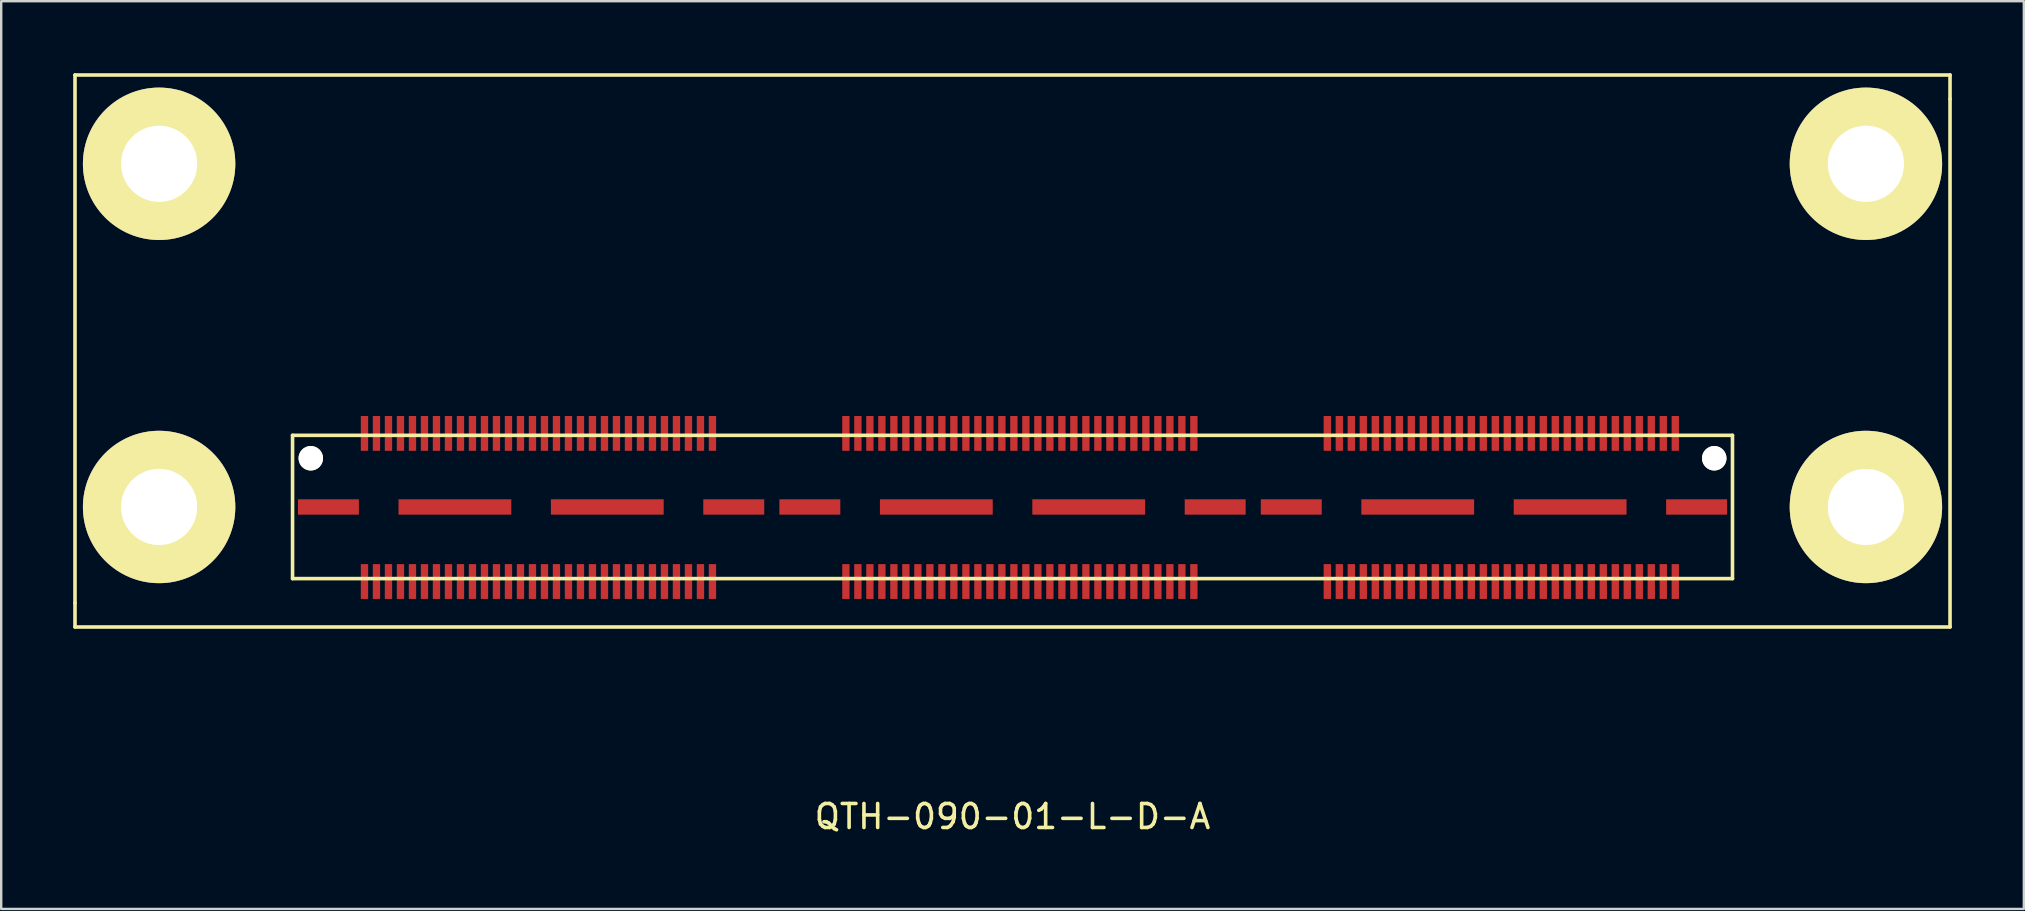
<source format=kicad_pcb>
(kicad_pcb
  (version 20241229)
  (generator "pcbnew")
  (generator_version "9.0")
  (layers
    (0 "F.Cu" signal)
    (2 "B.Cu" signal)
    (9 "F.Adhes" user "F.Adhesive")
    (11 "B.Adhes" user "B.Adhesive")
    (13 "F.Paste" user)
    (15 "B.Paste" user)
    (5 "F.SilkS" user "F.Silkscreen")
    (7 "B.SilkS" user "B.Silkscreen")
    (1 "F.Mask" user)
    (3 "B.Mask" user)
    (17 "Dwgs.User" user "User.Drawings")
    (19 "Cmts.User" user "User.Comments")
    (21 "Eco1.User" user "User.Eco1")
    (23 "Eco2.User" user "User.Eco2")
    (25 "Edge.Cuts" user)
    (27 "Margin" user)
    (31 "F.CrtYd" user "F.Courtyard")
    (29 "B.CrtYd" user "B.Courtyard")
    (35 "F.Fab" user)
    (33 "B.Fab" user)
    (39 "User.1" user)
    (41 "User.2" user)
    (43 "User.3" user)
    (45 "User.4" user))
  (footprint "QTH-090-01-L-D-A"
    (layer "F.Cu")
    (at 39.14 18.075)
    (property "Reference" "QTH-090-01-L-D-A" (at 0 12.9 0) (layer "F.SilkS") (effects (font (size 1 1) (thickness 0.15))))
    (attr through_hole)
    (fp_line (start -39.065 -18) (end -39.065 4) (stroke (width 0.15) (type solid)) (layer "F.SilkS"))
    (fp_line (start -39.065 4) (end -39.065 5) (stroke (width 0.15) (type solid)) (layer "F.SilkS"))
    (fp_line (start -39.065 5) (end 39.065 5) (stroke (width 0.15) (type solid)) (layer "F.SilkS"))
    (fp_line (start -30 -2.985) (end -30 2.985) (stroke (width 0.15) (type solid)) (layer "F.SilkS"))
    (fp_line (start -30 2.985) (end 30 2.985) (stroke (width 0.15) (type solid)) (layer "F.SilkS"))
    (fp_line (start 30 -2.985) (end -30 -2.985) (stroke (width 0.15) (type solid)) (layer "F.SilkS"))
    (fp_line (start 30 2.985) (end 30 -2.985) (stroke (width 0.15) (type solid)) (layer "F.SilkS"))
    (fp_line (start 39.065 -18) (end -39.065 -18) (stroke (width 0.15) (type solid)) (layer "F.SilkS"))
    (fp_line (start 39.065 -17) (end 39.065 -18) (stroke (width 0.15) (type solid)) (layer "F.SilkS"))
    (fp_line (start 39.065 5) (end 39.065 -17) (stroke (width 0.15) (type solid)) (layer "F.SilkS"))
    (pad "" thru_hole circle (at -35.56 -14.3) (size 6.35 6.35) (drill 3.175) (layers "*.Cu" "*.Mask" "F.SilkS"))
    (pad "" thru_hole circle (at -35.56 0) (size 6.35 6.35) (drill 3.175) (layers "*.Cu" "*.Mask" "F.SilkS"))
    (pad "" np_thru_hole circle (at -29.24 -2.03) (size 1.02 1.02) (drill 1.02) (layers "*.Cu" "*.Mask" "F.SilkS"))
    (pad "" np_thru_hole circle (at 29.24 -2.03) (size 1.02 1.02) (drill 1.02) (layers "*.Cu" "*.Mask" "F.SilkS"))
    (pad "" thru_hole circle (at 35.56 -14.3) (size 6.35 6.35) (drill 3.175) (layers "*.Cu" "*.Mask" "F.SilkS"))
    (pad "" thru_hole circle (at 35.56 0) (size 6.35 6.35) (drill 3.175) (layers "*.Cu" "*.Mask" "F.SilkS"))
    (pad "1" smd rect (at -27.003 -3.066) (size 0.305 1.45) (layers "F.Cu" "F.Mask" "F.Paste"))
    (pad "2" smd rect (at -27.003 3.106) (size 0.305 1.45) (layers "F.Cu" "F.Mask" "F.Paste"))
    (pad "3" smd rect (at -26.503 -3.066) (size 0.305 1.45) (layers "F.Cu" "F.Mask" "F.Paste"))
    (pad "4" smd rect (at -26.503 3.106) (size 0.305 1.45) (layers "F.Cu" "F.Mask" "F.Paste"))
    (pad "5" smd rect (at -25.503 -3.066) (size 0.305 1.45) (layers "F.Cu" "F.Mask" "F.Paste"))
    (pad "6" smd rect (at -25.503 3.106) (size 0.305 1.45) (layers "F.Cu" "F.Mask" "F.Paste"))
    (pad "7" smd rect (at -25.003 -3.066) (size 0.305 1.45) (layers "F.Cu" "F.Mask" "F.Paste"))
    (pad "8" smd rect (at -25.003 3.106) (size 0.305 1.45) (layers "F.Cu" "F.Mask" "F.Paste"))
    (pad "9" smd rect (at -24.003 -3.066) (size 0.305 1.45) (layers "F.Cu" "F.Mask" "F.Paste"))
    (pad "10" smd rect (at -24.003 3.106) (size 0.305 1.45) (layers "F.Cu" "F.Mask" "F.Paste"))
    (pad "11" smd rect (at -23.503 -3.066) (size 0.305 1.45) (layers "F.Cu" "F.Mask" "F.Paste"))
    (pad "12" smd rect (at -23.503 3.106) (size 0.305 1.45) (layers "F.Cu" "F.Mask" "F.Paste"))
    (pad "13" smd rect (at -22.503 -3.066) (size 0.305 1.45) (layers "F.Cu" "F.Mask" "F.Paste"))
    (pad "14" smd rect (at -22.503 3.106) (size 0.305 1.45) (layers "F.Cu" "F.Mask" "F.Paste"))
    (pad "15" smd rect (at -22.003 -3.066) (size 0.305 1.45) (layers "F.Cu" "F.Mask" "F.Paste"))
    (pad "16" smd rect (at -22.003 3.106) (size 0.305 1.45) (layers "F.Cu" "F.Mask" "F.Paste"))
    (pad "17" smd rect (at -21.003 -3.066) (size 0.305 1.45) (layers "F.Cu" "F.Mask" "F.Paste"))
    (pad "18" smd rect (at -21.003 3.106) (size 0.305 1.45) (layers "F.Cu" "F.Mask" "F.Paste"))
    (pad "19" smd rect (at -20.503 -3.066) (size 0.305 1.45) (layers "F.Cu" "F.Mask" "F.Paste"))
    (pad "20" smd rect (at -20.503 3.106) (size 0.305 1.45) (layers "F.Cu" "F.Mask" "F.Paste"))
    (pad "21" smd rect (at -19.503 -3.066) (size 0.305 1.45) (layers "F.Cu" "F.Mask" "F.Paste"))
    (pad "22" smd rect (at -19.503 3.106) (size 0.305 1.45) (layers "F.Cu" "F.Mask" "F.Paste"))
    (pad "23" smd rect (at -19.003 -3.066) (size 0.305 1.45) (layers "F.Cu" "F.Mask" "F.Paste"))
    (pad "24" smd rect (at -19.003 3.106) (size 0.305 1.45) (layers "F.Cu" "F.Mask" "F.Paste"))
    (pad "25" smd rect (at -18.003 -3.066) (size 0.305 1.45) (layers "F.Cu" "F.Mask" "F.Paste"))
    (pad "26" smd rect (at -18.003 3.106) (size 0.305 1.45) (layers "F.Cu" "F.Mask" "F.Paste"))
    (pad "27" smd rect (at -17.503 -3.066) (size 0.305 1.45) (layers "F.Cu" "F.Mask" "F.Paste"))
    (pad "28" smd rect (at -17.503 3.106) (size 0.305 1.45) (layers "F.Cu" "F.Mask" "F.Paste"))
    (pad "29" smd rect (at -16.503 -3.066) (size 0.305 1.45) (layers "F.Cu" "F.Mask" "F.Paste"))
    (pad "30" smd rect (at -16.503 3.106) (size 0.305 1.45) (layers "F.Cu" "F.Mask" "F.Paste"))
    (pad "31" smd rect (at -16.003 -3.066) (size 0.305 1.45) (layers "F.Cu" "F.Mask" "F.Paste"))
    (pad "32" smd rect (at -16.003 3.106) (size 0.305 1.45) (layers "F.Cu" "F.Mask" "F.Paste"))
    (pad "33" smd rect (at -15.003 -3.066) (size 0.305 1.45) (layers "F.Cu" "F.Mask" "F.Paste"))
    (pad "34" smd rect (at -15.003 3.106) (size 0.305 1.45) (layers "F.Cu" "F.Mask" "F.Paste"))
    (pad "35" smd rect (at -14.503 -3.066) (size 0.305 1.45) (layers "F.Cu" "F.Mask" "F.Paste"))
    (pad "36" smd rect (at -14.503 3.106) (size 0.305 1.45) (layers "F.Cu" "F.Mask" "F.Paste"))
    (pad "37" smd rect (at -13.503 -3.066) (size 0.305 1.45) (layers "F.Cu" "F.Mask" "F.Paste"))
    (pad "38" smd rect (at -13.503 3.106) (size 0.305 1.45) (layers "F.Cu" "F.Mask" "F.Paste"))
    (pad "39" smd rect (at -13.003 -3.066) (size 0.305 1.45) (layers "F.Cu" "F.Mask" "F.Paste"))
    (pad "40" smd rect (at -13.003 3.106) (size 0.305 1.45) (layers "F.Cu" "F.Mask" "F.Paste"))
    (pad "41" smd rect (at -6.943 -3.066) (size 0.305 1.45) (layers "F.Cu" "F.Mask" "F.Paste"))
    (pad "42" smd rect (at -6.943 3.106) (size 0.305 1.45) (layers "F.Cu" "F.Mask" "F.Paste"))
    (pad "43" smd rect (at -6.443 -3.066) (size 0.305 1.45) (layers "F.Cu" "F.Mask" "F.Paste"))
    (pad "44" smd rect (at -6.443 3.106) (size 0.305 1.45) (layers "F.Cu" "F.Mask" "F.Paste"))
    (pad "45" smd rect (at -5.943 -3.066) (size 0.305 1.45) (layers "F.Cu" "F.Mask" "F.Paste"))
    (pad "46" smd rect (at -5.943 3.106) (size 0.305 1.45) (layers "F.Cu" "F.Mask" "F.Paste"))
    (pad "47" smd rect (at -5.443 -3.066) (size 0.305 1.45) (layers "F.Cu" "F.Mask" "F.Paste"))
    (pad "48" smd rect (at -5.443 3.106) (size 0.305 1.45) (layers "F.Cu" "F.Mask" "F.Paste"))
    (pad "49" smd rect (at -4.943 -3.066) (size 0.305 1.45) (layers "F.Cu" "F.Mask" "F.Paste"))
    (pad "50" smd rect (at -4.943 3.106) (size 0.305 1.45) (layers "F.Cu" "F.Mask" "F.Paste"))
    (pad "51" smd rect (at -4.443 -3.066) (size 0.305 1.45) (layers "F.Cu" "F.Mask" "F.Paste"))
    (pad "52" smd rect (at -4.443 3.106) (size 0.305 1.45) (layers "F.Cu" "F.Mask" "F.Paste"))
    (pad "53" smd rect (at -3.943 -3.066) (size 0.305 1.45) (layers "F.Cu" "F.Mask" "F.Paste"))
    (pad "54" smd rect (at -3.943 3.106) (size 0.305 1.45) (layers "F.Cu" "F.Mask" "F.Paste"))
    (pad "55" smd rect (at -3.443 -3.066) (size 0.305 1.45) (layers "F.Cu" "F.Mask" "F.Paste"))
    (pad "56" smd rect (at -3.443 3.106) (size 0.305 1.45) (layers "F.Cu" "F.Mask" "F.Paste"))
    (pad "57" smd rect (at -2.943 -3.066) (size 0.305 1.45) (layers "F.Cu" "F.Mask" "F.Paste"))
    (pad "58" smd rect (at -2.943 3.106) (size 0.305 1.45) (layers "F.Cu" "F.Mask" "F.Paste"))
    (pad "59" smd rect (at -2.443 -3.066) (size 0.305 1.45) (layers "F.Cu" "F.Mask" "F.Paste"))
    (pad "60" smd rect (at -2.443 3.106) (size 0.305 1.45) (layers "F.Cu" "F.Mask" "F.Paste"))
    (pad "61" smd rect (at -1.943 -3.066) (size 0.305 1.45) (layers "F.Cu" "F.Mask" "F.Paste"))
    (pad "62" smd rect (at -1.943 3.106) (size 0.305 1.45) (layers "F.Cu" "F.Mask" "F.Paste"))
    (pad "63" smd rect (at -1.443 -3.066) (size 0.305 1.45) (layers "F.Cu" "F.Mask" "F.Paste"))
    (pad "64" smd rect (at -1.443 3.106) (size 0.305 1.45) (layers "F.Cu" "F.Mask" "F.Paste"))
    (pad "65" smd rect (at -0.943 -3.066) (size 0.305 1.45) (layers "F.Cu" "F.Mask" "F.Paste"))
    (pad "66" smd rect (at -0.943 3.106) (size 0.305 1.45) (layers "F.Cu" "F.Mask" "F.Paste"))
    (pad "67" smd rect (at -0.443 -3.066) (size 0.305 1.45) (layers "F.Cu" "F.Mask" "F.Paste"))
    (pad "68" smd rect (at -0.443 3.106) (size 0.305 1.45) (layers "F.Cu" "F.Mask" "F.Paste"))
    (pad "69" smd rect (at 0.057 -3.066) (size 0.305 1.45) (layers "F.Cu" "F.Mask" "F.Paste"))
    (pad "70" smd rect (at 0.057 3.106) (size 0.305 1.45) (layers "F.Cu" "F.Mask" "F.Paste"))
    (pad "71" smd rect (at 0.557 -3.066) (size 0.305 1.45) (layers "F.Cu" "F.Mask" "F.Paste"))
    (pad "72" smd rect (at 0.557 3.106) (size 0.305 1.45) (layers "F.Cu" "F.Mask" "F.Paste"))
    (pad "73" smd rect (at 1.057 -3.066) (size 0.305 1.45) (layers "F.Cu" "F.Mask" "F.Paste"))
    (pad "74" smd rect (at 1.057 3.106) (size 0.305 1.45) (layers "F.Cu" "F.Mask" "F.Paste"))
    (pad "75" smd rect (at 1.557 -3.066) (size 0.305 1.45) (layers "F.Cu" "F.Mask" "F.Paste"))
    (pad "76" smd rect (at 1.557 3.106) (size 0.305 1.45) (layers "F.Cu" "F.Mask" "F.Paste"))
    (pad "77" smd rect (at 2.057 -3.066) (size 0.305 1.45) (layers "F.Cu" "F.Mask" "F.Paste"))
    (pad "78" smd rect (at 2.057 3.106) (size 0.305 1.45) (layers "F.Cu" "F.Mask" "F.Paste"))
    (pad "79" smd rect (at 2.557 -3.066) (size 0.305 1.45) (layers "F.Cu" "F.Mask" "F.Paste"))
    (pad "80" smd rect (at 2.557 3.106) (size 0.305 1.45) (layers "F.Cu" "F.Mask" "F.Paste"))
    (pad "81" smd rect (at 3.057 -3.066) (size 0.305 1.45) (layers "F.Cu" "F.Mask" "F.Paste"))
    (pad "82" smd rect (at 3.057 3.106) (size 0.305 1.45) (layers "F.Cu" "F.Mask" "F.Paste"))
    (pad "83" smd rect (at 3.557 -3.066) (size 0.305 1.45) (layers "F.Cu" "F.Mask" "F.Paste"))
    (pad "84" smd rect (at 3.557 3.106) (size 0.305 1.45) (layers "F.Cu" "F.Mask" "F.Paste"))
    (pad "85" smd rect (at 4.057 -3.066) (size 0.305 1.45) (layers "F.Cu" "F.Mask" "F.Paste"))
    (pad "86" smd rect (at 4.057 3.106) (size 0.305 1.45) (layers "F.Cu" "F.Mask" "F.Paste"))
    (pad "87" smd rect (at 4.557 -3.066) (size 0.305 1.45) (layers "F.Cu" "F.Mask" "F.Paste"))
    (pad "88" smd rect (at 4.557 3.106) (size 0.305 1.45) (layers "F.Cu" "F.Mask" "F.Paste"))
    (pad "89" smd rect (at 5.057 -3.066) (size 0.305 1.45) (layers "F.Cu" "F.Mask" "F.Paste"))
    (pad "90" smd rect (at 5.057 3.106) (size 0.305 1.45) (layers "F.Cu" "F.Mask" "F.Paste"))
    (pad "91" smd rect (at 5.557 -3.066) (size 0.305 1.45) (layers "F.Cu" "F.Mask" "F.Paste"))
    (pad "92" smd rect (at 5.557 3.106) (size 0.305 1.45) (layers "F.Cu" "F.Mask" "F.Paste"))
    (pad "93" smd rect (at 6.057 -3.066) (size 0.305 1.45) (layers "F.Cu" "F.Mask" "F.Paste"))
    (pad "94" smd rect (at 6.057 3.106) (size 0.305 1.45) (layers "F.Cu" "F.Mask" "F.Paste"))
    (pad "95" smd rect (at 6.557 -3.066) (size 0.305 1.45) (layers "F.Cu" "F.Mask" "F.Paste"))
    (pad "96" smd rect (at 6.557 3.106) (size 0.305 1.45) (layers "F.Cu" "F.Mask" "F.Paste"))
    (pad "97" smd rect (at 7.057 -3.066) (size 0.305 1.45) (layers "F.Cu" "F.Mask" "F.Paste"))
    (pad "98" smd rect (at 7.057 3.106) (size 0.305 1.45) (layers "F.Cu" "F.Mask" "F.Paste"))
    (pad "99" smd rect (at 7.557 -3.066) (size 0.305 1.45) (layers "F.Cu" "F.Mask" "F.Paste"))
    (pad "100" smd rect (at 7.557 3.106) (size 0.305 1.45) (layers "F.Cu" "F.Mask" "F.Paste"))
    (pad "101" smd rect (at 13.117 -3.066) (size 0.305 1.45) (layers "F.Cu" "F.Mask" "F.Paste"))
    (pad "102" smd rect (at 13.117 3.106) (size 0.305 1.45) (layers "F.Cu" "F.Mask" "F.Paste"))
    (pad "103" smd rect (at 13.617 -3.066) (size 0.305 1.45) (layers "F.Cu" "F.Mask" "F.Paste"))
    (pad "104" smd rect (at 13.617 3.106) (size 0.305 1.45) (layers "F.Cu" "F.Mask" "F.Paste"))
    (pad "105" smd rect (at 14.117 -3.066) (size 0.305 1.45) (layers "F.Cu" "F.Mask" "F.Paste"))
    (pad "106" smd rect (at 14.117 3.106) (size 0.305 1.45) (layers "F.Cu" "F.Mask" "F.Paste"))
    (pad "107" smd rect (at 14.617 -3.066) (size 0.305 1.45) (layers "F.Cu" "F.Mask" "F.Paste"))
    (pad "108" smd rect (at 14.617 3.106) (size 0.305 1.45) (layers "F.Cu" "F.Mask" "F.Paste"))
    (pad "109" smd rect (at 15.117 -3.066) (size 0.305 1.45) (layers "F.Cu" "F.Mask" "F.Paste"))
    (pad "110" smd rect (at 15.117 3.106) (size 0.305 1.45) (layers "F.Cu" "F.Mask" "F.Paste"))
    (pad "111" smd rect (at 15.617 -3.066) (size 0.305 1.45) (layers "F.Cu" "F.Mask" "F.Paste"))
    (pad "112" smd rect (at 15.617 3.106) (size 0.305 1.45) (layers "F.Cu" "F.Mask" "F.Paste"))
    (pad "113" smd rect (at 16.117 -3.066) (size 0.305 1.45) (layers "F.Cu" "F.Mask" "F.Paste"))
    (pad "114" smd rect (at 16.117 3.106) (size 0.305 1.45) (layers "F.Cu" "F.Mask" "F.Paste"))
    (pad "115" smd rect (at 16.617 -3.066) (size 0.305 1.45) (layers "F.Cu" "F.Mask" "F.Paste"))
    (pad "116" smd rect (at 16.617 3.106) (size 0.305 1.45) (layers "F.Cu" "F.Mask" "F.Paste"))
    (pad "117" smd rect (at 17.117 -3.066) (size 0.305 1.45) (layers "F.Cu" "F.Mask" "F.Paste"))
    (pad "118" smd rect (at 17.117 3.106) (size 0.305 1.45) (layers "F.Cu" "F.Mask" "F.Paste"))
    (pad "119" smd rect (at 17.617 -3.066) (size 0.305 1.45) (layers "F.Cu" "F.Mask" "F.Paste"))
    (pad "120" smd rect (at 17.617 3.106) (size 0.305 1.45) (layers "F.Cu" "F.Mask" "F.Paste"))
    (pad "121" smd rect (at 18.117 -3.066) (size 0.305 1.45) (layers "F.Cu" "F.Mask" "F.Paste"))
    (pad "122" smd rect (at 18.117 3.106) (size 0.305 1.45) (layers "F.Cu" "F.Mask" "F.Paste"))
    (pad "123" smd rect (at 18.617 -3.066) (size 0.305 1.45) (layers "F.Cu" "F.Mask" "F.Paste"))
    (pad "124" smd rect (at 18.617 3.106) (size 0.305 1.45) (layers "F.Cu" "F.Mask" "F.Paste"))
    (pad "125" smd rect (at 19.117 -3.066) (size 0.305 1.45) (layers "F.Cu" "F.Mask" "F.Paste"))
    (pad "126" smd rect (at 19.117 3.106) (size 0.305 1.45) (layers "F.Cu" "F.Mask" "F.Paste"))
    (pad "127" smd rect (at 19.617 -3.066) (size 0.305 1.45) (layers "F.Cu" "F.Mask" "F.Paste"))
    (pad "128" smd rect (at 19.617 3.106) (size 0.305 1.45) (layers "F.Cu" "F.Mask" "F.Paste"))
    (pad "129" smd rect (at 20.117 -3.066) (size 0.305 1.45) (layers "F.Cu" "F.Mask" "F.Paste"))
    (pad "130" smd rect (at 20.117 3.106) (size 0.305 1.45) (layers "F.Cu" "F.Mask" "F.Paste"))
    (pad "131" smd rect (at 20.617 -3.066) (size 0.305 1.45) (layers "F.Cu" "F.Mask" "F.Paste"))
    (pad "132" smd rect (at 20.617 3.106) (size 0.305 1.45) (layers "F.Cu" "F.Mask" "F.Paste"))
    (pad "133" smd rect (at 21.117 -3.066) (size 0.305 1.45) (layers "F.Cu" "F.Mask" "F.Paste"))
    (pad "134" smd rect (at 21.117 3.106) (size 0.305 1.45) (layers "F.Cu" "F.Mask" "F.Paste"))
    (pad "135" smd rect (at 21.617 -3.066) (size 0.305 1.45) (layers "F.Cu" "F.Mask" "F.Paste"))
    (pad "136" smd rect (at 21.617 3.106) (size 0.305 1.45) (layers "F.Cu" "F.Mask" "F.Paste"))
    (pad "137" smd rect (at 22.117 -3.066) (size 0.305 1.45) (layers "F.Cu" "F.Mask" "F.Paste"))
    (pad "138" smd rect (at 22.117 3.106) (size 0.305 1.45) (layers "F.Cu" "F.Mask" "F.Paste"))
    (pad "139" smd rect (at 22.617 -3.066) (size 0.305 1.45) (layers "F.Cu" "F.Mask" "F.Paste"))
    (pad "140" smd rect (at 22.617 3.106) (size 0.305 1.45) (layers "F.Cu" "F.Mask" "F.Paste"))
    (pad "141" smd rect (at 23.117 -3.066) (size 0.305 1.45) (layers "F.Cu" "F.Mask" "F.Paste"))
    (pad "142" smd rect (at 23.117 3.106) (size 0.305 1.45) (layers "F.Cu" "F.Mask" "F.Paste"))
    (pad "143" smd rect (at 23.617 -3.066) (size 0.305 1.45) (layers "F.Cu" "F.Mask" "F.Paste"))
    (pad "144" smd rect (at 23.617 3.106) (size 0.305 1.45) (layers "F.Cu" "F.Mask" "F.Paste"))
    (pad "145" smd rect (at 24.117 -3.066) (size 0.305 1.45) (layers "F.Cu" "F.Mask" "F.Paste"))
    (pad "146" smd rect (at 24.117 3.106) (size 0.305 1.45) (layers "F.Cu" "F.Mask" "F.Paste"))
    (pad "147" smd rect (at 24.617 -3.066) (size 0.305 1.45) (layers "F.Cu" "F.Mask" "F.Paste"))
    (pad "148" smd rect (at 24.617 3.106) (size 0.305 1.45) (layers "F.Cu" "F.Mask" "F.Paste"))
    (pad "149" smd rect (at 25.117 -3.066) (size 0.305 1.45) (layers "F.Cu" "F.Mask" "F.Paste"))
    (pad "150" smd rect (at 25.117 3.106) (size 0.305 1.45) (layers "F.Cu" "F.Mask" "F.Paste"))
    (pad "151" smd rect (at 25.617 -3.066) (size 0.305 1.45) (layers "F.Cu" "F.Mask" "F.Paste"))
    (pad "152" smd rect (at 25.617 3.106) (size 0.305 1.45) (layers "F.Cu" "F.Mask" "F.Paste"))
    (pad "153" smd rect (at 26.117 -3.066) (size 0.305 1.45) (layers "F.Cu" "F.Mask" "F.Paste"))
    (pad "154" smd rect (at 26.117 3.106) (size 0.305 1.45) (layers "F.Cu" "F.Mask" "F.Paste"))
    (pad "155" smd rect (at 26.617 -3.066) (size 0.305 1.45) (layers "F.Cu" "F.Mask" "F.Paste"))
    (pad "156" smd rect (at 26.617 3.106) (size 0.305 1.45) (layers "F.Cu" "F.Mask" "F.Paste"))
    (pad "157" smd rect (at 27.117 -3.066) (size 0.305 1.45) (layers "F.Cu" "F.Mask" "F.Paste"))
    (pad "158" smd rect (at 27.117 3.106) (size 0.305 1.45) (layers "F.Cu" "F.Mask" "F.Paste"))
    (pad "159" smd rect (at 27.617 -3.066) (size 0.305 1.45) (layers "F.Cu" "F.Mask" "F.Paste"))
    (pad "160" smd rect (at 27.617 3.106) (size 0.305 1.45) (layers "F.Cu" "F.Mask" "F.Paste"))
    (pad "161" smd rect (at -28.505 0) (size 2.54 0.64) (layers "F.Cu" "F.Mask" "F.Paste"))
    (pad "162" smd rect (at -23.235 0) (size 4.7 0.64) (layers "F.Cu" "F.Mask" "F.Paste"))
    (pad "163" smd rect (at -16.885 0) (size 4.7 0.64) (layers "F.Cu" "F.Mask" "F.Paste"))
    (pad "164" smd rect (at -11.615 0) (size 2.54 0.64) (layers "F.Cu" "F.Mask" "F.Paste"))
    (pad "165" smd rect (at -8.445 0) (size 2.54 0.64) (layers "F.Cu" "F.Mask" "F.Paste"))
    (pad "166" smd rect (at -3.175 0) (size 4.7 0.64) (layers "F.Cu" "F.Mask" "F.Paste"))
    (pad "167" smd rect (at 3.175 0) (size 4.7 0.64) (layers "F.Cu" "F.Mask" "F.Paste"))
    (pad "168" smd rect (at 8.445 0) (size 2.54 0.64) (layers "F.Cu" "F.Mask" "F.Paste"))
    (pad "169" smd rect (at 11.615 0) (size 2.54 0.64) (layers "F.Cu" "F.Mask" "F.Paste"))
    (pad "170" smd rect (at 16.885 0) (size 4.7 0.64) (layers "F.Cu" "F.Mask" "F.Paste"))
    (pad "171" smd rect (at 23.235 0) (size 4.7 0.64) (layers "F.Cu" "F.Mask" "F.Paste"))
    (pad "172" smd rect (at 28.505 0) (size 2.54 0.64) (layers "F.Cu" "F.Mask" "F.Paste"))
    (pad "173" smd rect (at -26.003 -3.066) (size 0.305 1.45) (layers "F.Cu" "F.Mask" "F.Paste"))
    (pad "174" smd rect (at -26.003 3.106) (size 0.305 1.45) (layers "F.Cu" "F.Mask" "F.Paste"))
    (pad "175" smd rect (at -24.503 -3.066) (size 0.305 1.45) (layers "F.Cu" "F.Mask" "F.Paste"))
    (pad "176" smd rect (at -24.503 3.106) (size 0.305 1.45) (layers "F.Cu" "F.Mask" "F.Paste"))
    (pad "177" smd rect (at -23.003 -3.066) (size 0.305 1.45) (layers "F.Cu" "F.Mask" "F.Paste"))
    (pad "178" smd rect (at -23.003 3.106) (size 0.305 1.45) (layers "F.Cu" "F.Mask" "F.Paste"))
    (pad "179" smd rect (at -21.503 -3.066) (size 0.305 1.45) (layers "F.Cu" "F.Mask" "F.Paste"))
    (pad "180" smd rect (at -21.503 3.106) (size 0.305 1.45) (layers "F.Cu" "F.Mask" "F.Paste"))
    (pad "181" smd rect (at -20.003 -3.066) (size 0.305 1.45) (layers "F.Cu" "F.Mask" "F.Paste"))
    (pad "182" smd rect (at -20.003 3.106) (size 0.305 1.45) (layers "F.Cu" "F.Mask" "F.Paste"))
    (pad "183" smd rect (at -18.503 -3.066) (size 0.305 1.45) (layers "F.Cu" "F.Mask" "F.Paste"))
    (pad "184" smd rect (at -18.503 3.106) (size 0.305 1.45) (layers "F.Cu" "F.Mask" "F.Paste"))
    (pad "185" smd rect (at -17.003 -3.066) (size 0.305 1.45) (layers "F.Cu" "F.Mask" "F.Paste"))
    (pad "186" smd rect (at -17.003 3.106) (size 0.305 1.45) (layers "F.Cu" "F.Mask" "F.Paste"))
    (pad "187" smd rect (at -15.503 -3.066) (size 0.305 1.45) (layers "F.Cu" "F.Mask" "F.Paste"))
    (pad "188" smd rect (at -15.503 3.106) (size 0.305 1.45) (layers "F.Cu" "F.Mask" "F.Paste"))
    (pad "189" smd rect (at -14.003 -3.066) (size 0.305 1.45) (layers "F.Cu" "F.Mask" "F.Paste"))
    (pad "190" smd rect (at -14.003 3.106) (size 0.305 1.45) (layers "F.Cu" "F.Mask" "F.Paste"))
    (pad "191" smd rect (at -12.503 -3.066) (size 0.305 1.45) (layers "F.Cu" "F.Mask" "F.Paste"))
    (pad "192" smd rect (at -12.503 3.106) (size 0.305 1.45) (layers "F.Cu" "F.Mask" "F.Paste")))
  (gr_rect
    (start -3 -3)
    (end 81.28 34.823)
    (stroke (width 0.1) (type default))
    (fill no)
    (layer "Edge.Cuts")))
</source>
